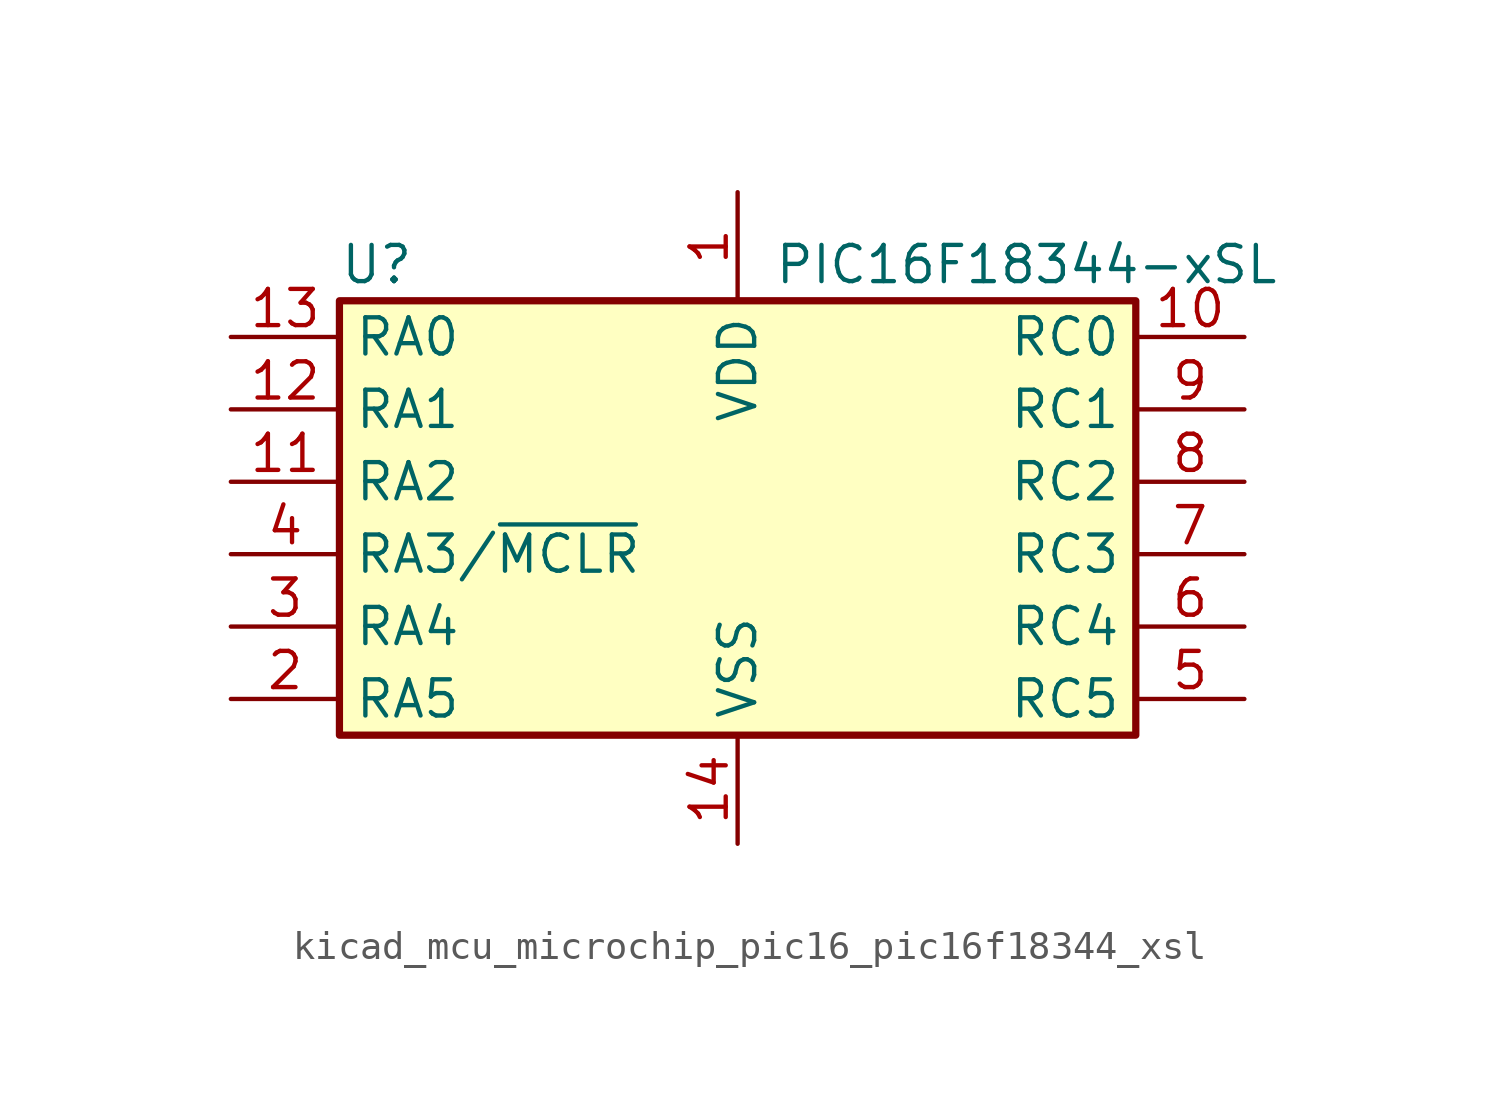
<source format=kicad_sym>
(kicad_symbol_lib
  (version 20220914)
  (generator kicad_symbol_editor)
  (symbol "kicad_mcu_microchip_pic16_pic16f18344_xsl"
    (property "Reference" "U"
      (at -13.97 10.16 0)
      (effects (font (size 1.27 1.27)) (justify left)))
    (property "Value" "PIC16F18344-xSL"
      (at 1.27 10.16 0)
      (effects (font (size 1.27 1.27)) (justify left)))
    (symbol "kicad_mcu_microchip_pic16_pic16f18344_xsl_1_1"
      (rectangle (start -13.97 8.89) (end 13.97 -6.35) (stroke (width 0.254) (type default)) (fill (type background)))
      (pin power_in line (at 0 12.7 270) (length 3.81) (name "VDD" (effects (font (size 1.27 1.27)))) (number "1" (effects (font (size 1.27 1.27)))))
      (pin bidirectional line (at 17.78 7.62 180) (length 3.81) (name "RC0" (effects (font (size 1.27 1.27)))) (number "10" (effects (font (size 1.27 1.27)))))
      (pin bidirectional line (at -17.78 2.54 0) (length 3.81) (name "RA2" (effects (font (size 1.27 1.27)))) (number "11" (effects (font (size 1.27 1.27)))))
      (pin bidirectional line (at -17.78 5.08 0) (length 3.81) (name "RA1" (effects (font (size 1.27 1.27)))) (number "12" (effects (font (size 1.27 1.27)))))
      (pin bidirectional line (at -17.78 7.62 0) (length 3.81) (name "RA0" (effects (font (size 1.27 1.27)))) (number "13" (effects (font (size 1.27 1.27)))))
      (pin power_in line (at 0 -10.16 90) (length 3.81) (name "VSS" (effects (font (size 1.27 1.27)))) (number "14" (effects (font (size 1.27 1.27)))))
      (pin bidirectional line (at -17.78 -5.08 0) (length 3.81) (name "RA5" (effects (font (size 1.27 1.27)))) (number "2" (effects (font (size 1.27 1.27)))))
      (pin bidirectional line (at -17.78 -2.54 0) (length 3.81) (name "RA4" (effects (font (size 1.27 1.27)))) (number "3" (effects (font (size 1.27 1.27)))))
      (pin bidirectional line (at -17.78 0 0) (length 3.81) (name "RA3/~{MCLR}" (effects (font (size 1.27 1.27)))) (number "4" (effects (font (size 1.27 1.27)))))
      (pin bidirectional line (at 17.78 -5.08 180) (length 3.81) (name "RC5" (effects (font (size 1.27 1.27)))) (number "5" (effects (font (size 1.27 1.27)))))
      (pin bidirectional line (at 17.78 -2.54 180) (length 3.81) (name "RC4" (effects (font (size 1.27 1.27)))) (number "6" (effects (font (size 1.27 1.27)))))
      (pin bidirectional line (at 17.78 0 180) (length 3.81) (name "RC3" (effects (font (size 1.27 1.27)))) (number "7" (effects (font (size 1.27 1.27)))))
      (pin bidirectional line (at 17.78 2.54 180) (length 3.81) (name "RC2" (effects (font (size 1.27 1.27)))) (number "8" (effects (font (size 1.27 1.27)))))
      (pin bidirectional line (at 17.78 5.08 180) (length 3.81) (name "RC1" (effects (font (size 1.27 1.27)))) (number "9" (effects (font (size 1.27 1.27))))))))
</source>
